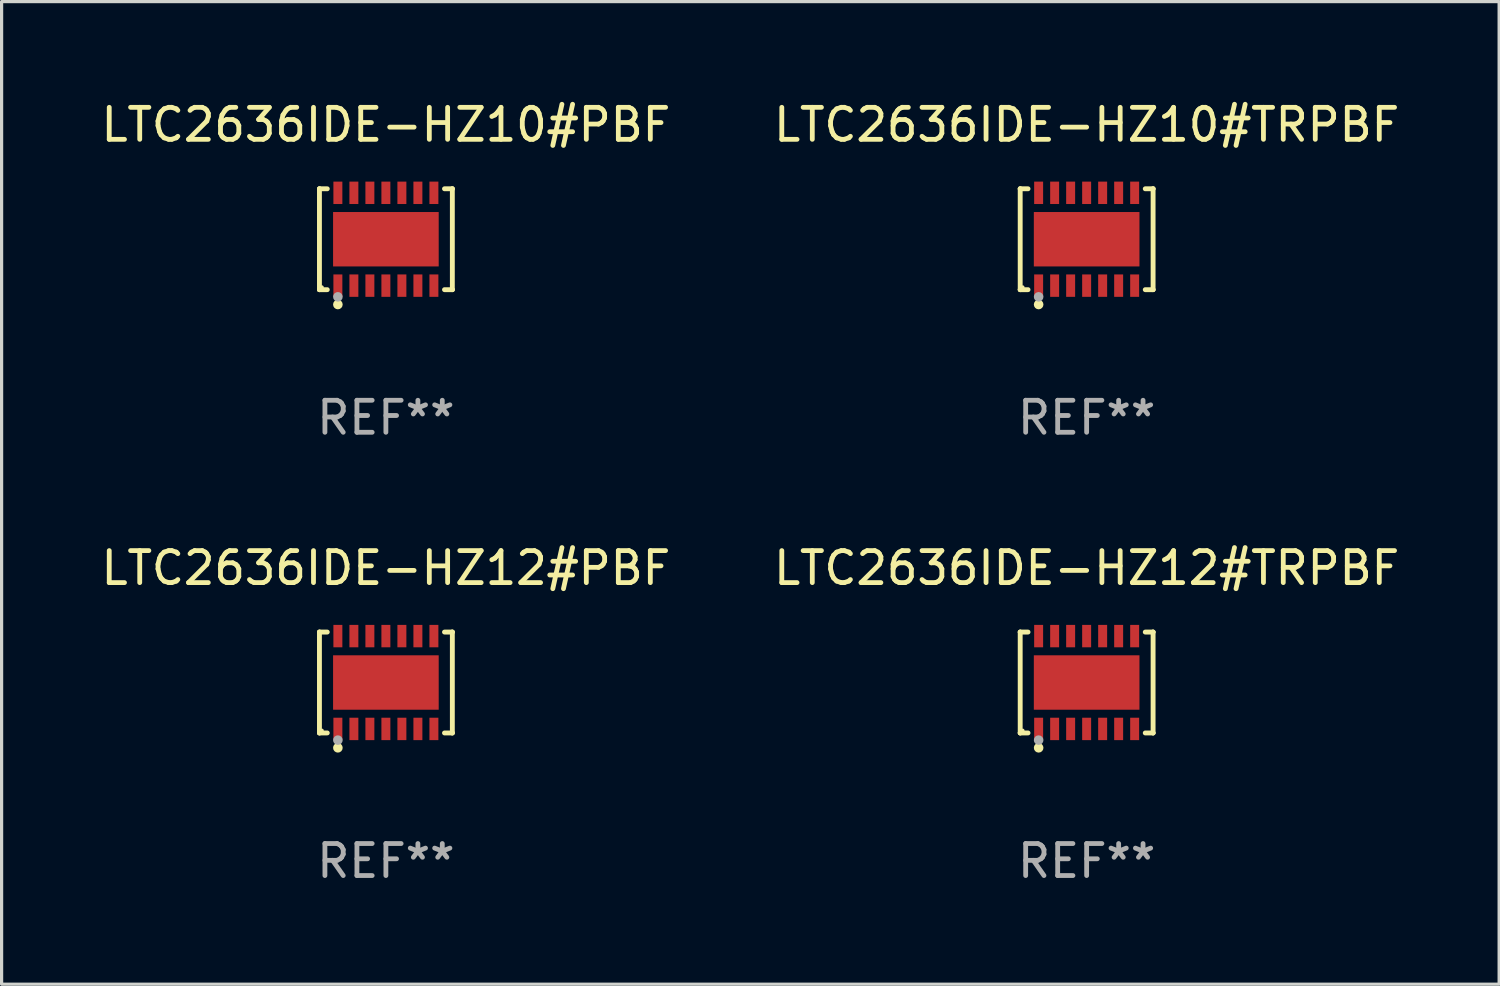
<source format=kicad_pcb>
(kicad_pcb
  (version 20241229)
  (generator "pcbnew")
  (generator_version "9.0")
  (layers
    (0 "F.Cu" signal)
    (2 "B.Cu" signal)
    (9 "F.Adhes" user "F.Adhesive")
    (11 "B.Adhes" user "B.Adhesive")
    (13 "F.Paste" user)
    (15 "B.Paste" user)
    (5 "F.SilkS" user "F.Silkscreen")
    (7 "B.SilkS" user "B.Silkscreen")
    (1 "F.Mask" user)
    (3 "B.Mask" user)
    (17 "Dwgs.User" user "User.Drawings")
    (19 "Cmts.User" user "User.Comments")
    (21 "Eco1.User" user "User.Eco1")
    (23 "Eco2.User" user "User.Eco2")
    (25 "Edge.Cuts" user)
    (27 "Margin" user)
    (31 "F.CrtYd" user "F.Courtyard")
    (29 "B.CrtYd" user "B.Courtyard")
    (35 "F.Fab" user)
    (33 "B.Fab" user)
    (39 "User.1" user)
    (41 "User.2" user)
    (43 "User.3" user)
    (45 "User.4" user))
  (footprint "LTC2636IDE-HZ10#TRPBF"
    (layer "F.Cu")
    (at 30.899 4.424)
    (property "Reference" "LTC2636IDE-HZ10#TRPBF" (at 0 -3.576 0) (layer "F.SilkS") (effects (font (size 1 1) (thickness 0.15))))
    (attr through_hole)
    (fp_line (start -2.076 -1.576) (end -2.076 -1.576) (stroke (width 0.152) (type solid)) (layer "F.SilkS"))
    (fp_line (start -2.076 -1.576) (end -1.831 -1.576) (stroke (width 0.152) (type solid)) (layer "F.SilkS"))
    (fp_line (start -2.076 1.576) (end -2.076 -1.576) (stroke (width 0.152) (type solid)) (layer "F.SilkS"))
    (fp_line (start -2.076 1.576) (end -2.076 1.576) (stroke (width 0.152) (type solid)) (layer "F.SilkS"))
    (fp_line (start -1.831 1.576) (end -2.076 1.576) (stroke (width 0.152) (type solid)) (layer "F.SilkS"))
    (fp_line (start 1.831 1.576) (end 2.076 1.576) (stroke (width 0.152) (type solid)) (layer "F.SilkS"))
    (fp_line (start 2.076 -1.576) (end 1.831 -1.576) (stroke (width 0.152) (type solid)) (layer "F.SilkS"))
    (fp_line (start 2.076 -1.576) (end 2.076 -1.576) (stroke (width 0.152) (type solid)) (layer "F.SilkS"))
    (fp_line (start 2.076 1.576) (end 2.076 -1.576) (stroke (width 0.152) (type solid)) (layer "F.SilkS"))
    (fp_line (start 2.076 1.576) (end 2.076 1.576) (stroke (width 0.152) (type solid)) (layer "F.SilkS"))
    (fp_circle (center -2 1.5) (end -1.97 1.5) (stroke (width 0.06) (type solid)) (fill no) (layer "F.SilkS"))
    (fp_circle (center -1.5 2.04) (end -1.425 2.04) (stroke (width 0.15) (type solid)) (fill no) (layer "F.SilkS"))
    (fp_circle (center -1.5 1.8) (end -1.425 1.8) (stroke (width 0.15) (type solid)) (fill no) (layer "F.Fab"))
    (fp_text user "REF**" (at 0 5.576 0) (layer "F.Fab") (effects (font (size 1 1) (thickness 0.15))))
    (pad "1" smd rect (at -1.5 1.45) (size 0.28 0.7) (layers "F.Cu" "F.Mask" "F.Paste"))
    (pad "2" smd rect (at -1 1.45) (size 0.28 0.7) (layers "F.Cu" "F.Mask" "F.Paste"))
    (pad "3" smd rect (at -0.5 1.45) (size 0.28 0.7) (layers "F.Cu" "F.Mask" "F.Paste"))
    (pad "4" smd rect (at 0 1.45) (size 0.28 0.7) (layers "F.Cu" "F.Mask" "F.Paste"))
    (pad "5" smd rect (at 0.5 1.45) (size 0.28 0.7) (layers "F.Cu" "F.Mask" "F.Paste"))
    (pad "6" smd rect (at 1 1.45) (size 0.28 0.7) (layers "F.Cu" "F.Mask" "F.Paste"))
    (pad "7" smd rect (at 1.5 1.45) (size 0.28 0.7) (layers "F.Cu" "F.Mask" "F.Paste"))
    (pad "8" smd rect (at 1.5 -1.45) (size 0.28 0.7) (layers "F.Cu" "F.Mask" "F.Paste"))
    (pad "9" smd rect (at 1 -1.45) (size 0.28 0.7) (layers "F.Cu" "F.Mask" "F.Paste"))
    (pad "10" smd rect (at 0.5 -1.45) (size 0.28 0.7) (layers "F.Cu" "F.Mask" "F.Paste"))
    (pad "11" smd rect (at 0 -1.45) (size 0.28 0.7) (layers "F.Cu" "F.Mask" "F.Paste"))
    (pad "12" smd rect (at -0.5 -1.45) (size 0.28 0.7) (layers "F.Cu" "F.Mask" "F.Paste"))
    (pad "13" smd rect (at -1 -1.45) (size 0.28 0.7) (layers "F.Cu" "F.Mask" "F.Paste"))
    (pad "14" smd rect (at -1.5 -1.45) (size 0.28 0.7) (layers "F.Cu" "F.Mask" "F.Paste"))
    (pad "15" smd rect (at 0 0) (size 3.3 1.7) (layers "F.Cu" "F.Mask" "F.Paste")))
  (footprint "LTC2636IDE-HZ10#PBF"
    (layer "F.Cu")
    (at 9.006 4.424)
    (property "Reference" "LTC2636IDE-HZ10#PBF" (at 0 -3.576 0) (layer "F.SilkS") (effects (font (size 1 1) (thickness 0.15))))
    (attr through_hole)
    (fp_line (start -2.076 -1.576) (end -2.076 -1.576) (stroke (width 0.152) (type solid)) (layer "F.SilkS"))
    (fp_line (start -2.076 -1.576) (end -1.831 -1.576) (stroke (width 0.152) (type solid)) (layer "F.SilkS"))
    (fp_line (start -2.076 1.576) (end -2.076 -1.576) (stroke (width 0.152) (type solid)) (layer "F.SilkS"))
    (fp_line (start -2.076 1.576) (end -2.076 1.576) (stroke (width 0.152) (type solid)) (layer "F.SilkS"))
    (fp_line (start -1.831 1.576) (end -2.076 1.576) (stroke (width 0.152) (type solid)) (layer "F.SilkS"))
    (fp_line (start 1.831 1.576) (end 2.076 1.576) (stroke (width 0.152) (type solid)) (layer "F.SilkS"))
    (fp_line (start 2.076 -1.576) (end 1.831 -1.576) (stroke (width 0.152) (type solid)) (layer "F.SilkS"))
    (fp_line (start 2.076 -1.576) (end 2.076 -1.576) (stroke (width 0.152) (type solid)) (layer "F.SilkS"))
    (fp_line (start 2.076 1.576) (end 2.076 -1.576) (stroke (width 0.152) (type solid)) (layer "F.SilkS"))
    (fp_line (start 2.076 1.576) (end 2.076 1.576) (stroke (width 0.152) (type solid)) (layer "F.SilkS"))
    (fp_circle (center -2 1.5) (end -1.97 1.5) (stroke (width 0.06) (type solid)) (fill no) (layer "F.SilkS"))
    (fp_circle (center -1.5 2.04) (end -1.425 2.04) (stroke (width 0.15) (type solid)) (fill no) (layer "F.SilkS"))
    (fp_circle (center -1.5 1.8) (end -1.425 1.8) (stroke (width 0.15) (type solid)) (fill no) (layer "F.Fab"))
    (fp_text user "REF**" (at 0 5.576 0) (layer "F.Fab") (effects (font (size 1 1) (thickness 0.15))))
    (pad "1" smd rect (at -1.5 1.45) (size 0.28 0.7) (layers "F.Cu" "F.Mask" "F.Paste"))
    (pad "2" smd rect (at -1 1.45) (size 0.28 0.7) (layers "F.Cu" "F.Mask" "F.Paste"))
    (pad "3" smd rect (at -0.5 1.45) (size 0.28 0.7) (layers "F.Cu" "F.Mask" "F.Paste"))
    (pad "4" smd rect (at 0 1.45) (size 0.28 0.7) (layers "F.Cu" "F.Mask" "F.Paste"))
    (pad "5" smd rect (at 0.5 1.45) (size 0.28 0.7) (layers "F.Cu" "F.Mask" "F.Paste"))
    (pad "6" smd rect (at 1 1.45) (size 0.28 0.7) (layers "F.Cu" "F.Mask" "F.Paste"))
    (pad "7" smd rect (at 1.5 1.45) (size 0.28 0.7) (layers "F.Cu" "F.Mask" "F.Paste"))
    (pad "8" smd rect (at 1.5 -1.45) (size 0.28 0.7) (layers "F.Cu" "F.Mask" "F.Paste"))
    (pad "9" smd rect (at 1 -1.45) (size 0.28 0.7) (layers "F.Cu" "F.Mask" "F.Paste"))
    (pad "10" smd rect (at 0.5 -1.45) (size 0.28 0.7) (layers "F.Cu" "F.Mask" "F.Paste"))
    (pad "11" smd rect (at 0 -1.45) (size 0.28 0.7) (layers "F.Cu" "F.Mask" "F.Paste"))
    (pad "12" smd rect (at -0.5 -1.45) (size 0.28 0.7) (layers "F.Cu" "F.Mask" "F.Paste"))
    (pad "13" smd rect (at -1 -1.45) (size 0.28 0.7) (layers "F.Cu" "F.Mask" "F.Paste"))
    (pad "14" smd rect (at -1.5 -1.45) (size 0.28 0.7) (layers "F.Cu" "F.Mask" "F.Paste"))
    (pad "15" smd rect (at 0 0) (size 3.3 1.7) (layers "F.Cu" "F.Mask" "F.Paste")))
  (footprint "LTC2636IDE-HZ12#TRPBF"
    (layer "F.Cu")
    (at 30.899 18.273)
    (property "Reference" "LTC2636IDE-HZ12#TRPBF" (at 0 -3.576 0) (layer "F.SilkS") (effects (font (size 1 1) (thickness 0.15))))
    (attr through_hole)
    (fp_line (start -2.076 -1.576) (end -2.076 -1.576) (stroke (width 0.152) (type solid)) (layer "F.SilkS"))
    (fp_line (start -2.076 -1.576) (end -1.831 -1.576) (stroke (width 0.152) (type solid)) (layer "F.SilkS"))
    (fp_line (start -2.076 1.576) (end -2.076 -1.576) (stroke (width 0.152) (type solid)) (layer "F.SilkS"))
    (fp_line (start -2.076 1.576) (end -2.076 1.576) (stroke (width 0.152) (type solid)) (layer "F.SilkS"))
    (fp_line (start -1.831 1.576) (end -2.076 1.576) (stroke (width 0.152) (type solid)) (layer "F.SilkS"))
    (fp_line (start 1.831 1.576) (end 2.076 1.576) (stroke (width 0.152) (type solid)) (layer "F.SilkS"))
    (fp_line (start 2.076 -1.576) (end 1.831 -1.576) (stroke (width 0.152) (type solid)) (layer "F.SilkS"))
    (fp_line (start 2.076 -1.576) (end 2.076 -1.576) (stroke (width 0.152) (type solid)) (layer "F.SilkS"))
    (fp_line (start 2.076 1.576) (end 2.076 -1.576) (stroke (width 0.152) (type solid)) (layer "F.SilkS"))
    (fp_line (start 2.076 1.576) (end 2.076 1.576) (stroke (width 0.152) (type solid)) (layer "F.SilkS"))
    (fp_circle (center -2 1.5) (end -1.97 1.5) (stroke (width 0.06) (type solid)) (fill no) (layer "F.SilkS"))
    (fp_circle (center -1.5 2.04) (end -1.425 2.04) (stroke (width 0.15) (type solid)) (fill no) (layer "F.SilkS"))
    (fp_circle (center -1.5 1.8) (end -1.425 1.8) (stroke (width 0.15) (type solid)) (fill no) (layer "F.Fab"))
    (fp_text user "REF**" (at 0 5.576 0) (layer "F.Fab") (effects (font (size 1 1) (thickness 0.15))))
    (pad "1" smd rect (at -1.5 1.45) (size 0.28 0.7) (layers "F.Cu" "F.Mask" "F.Paste"))
    (pad "2" smd rect (at -1 1.45) (size 0.28 0.7) (layers "F.Cu" "F.Mask" "F.Paste"))
    (pad "3" smd rect (at -0.5 1.45) (size 0.28 0.7) (layers "F.Cu" "F.Mask" "F.Paste"))
    (pad "4" smd rect (at 0 1.45) (size 0.28 0.7) (layers "F.Cu" "F.Mask" "F.Paste"))
    (pad "5" smd rect (at 0.5 1.45) (size 0.28 0.7) (layers "F.Cu" "F.Mask" "F.Paste"))
    (pad "6" smd rect (at 1 1.45) (size 0.28 0.7) (layers "F.Cu" "F.Mask" "F.Paste"))
    (pad "7" smd rect (at 1.5 1.45) (size 0.28 0.7) (layers "F.Cu" "F.Mask" "F.Paste"))
    (pad "8" smd rect (at 1.5 -1.45) (size 0.28 0.7) (layers "F.Cu" "F.Mask" "F.Paste"))
    (pad "9" smd rect (at 1 -1.45) (size 0.28 0.7) (layers "F.Cu" "F.Mask" "F.Paste"))
    (pad "10" smd rect (at 0.5 -1.45) (size 0.28 0.7) (layers "F.Cu" "F.Mask" "F.Paste"))
    (pad "11" smd rect (at 0 -1.45) (size 0.28 0.7) (layers "F.Cu" "F.Mask" "F.Paste"))
    (pad "12" smd rect (at -0.5 -1.45) (size 0.28 0.7) (layers "F.Cu" "F.Mask" "F.Paste"))
    (pad "13" smd rect (at -1 -1.45) (size 0.28 0.7) (layers "F.Cu" "F.Mask" "F.Paste"))
    (pad "14" smd rect (at -1.5 -1.45) (size 0.28 0.7) (layers "F.Cu" "F.Mask" "F.Paste"))
    (pad "15" smd rect (at 0 0) (size 3.3 1.7) (layers "F.Cu" "F.Mask" "F.Paste")))
  (footprint "LTC2636IDE-HZ12#PBF"
    (layer "F.Cu")
    (at 9.006 18.273)
    (property "Reference" "LTC2636IDE-HZ12#PBF" (at 0 -3.576 0) (layer "F.SilkS") (effects (font (size 1 1) (thickness 0.15))))
    (attr through_hole)
    (fp_line (start -2.076 -1.576) (end -2.076 -1.576) (stroke (width 0.152) (type solid)) (layer "F.SilkS"))
    (fp_line (start -2.076 -1.576) (end -1.831 -1.576) (stroke (width 0.152) (type solid)) (layer "F.SilkS"))
    (fp_line (start -2.076 1.576) (end -2.076 -1.576) (stroke (width 0.152) (type solid)) (layer "F.SilkS"))
    (fp_line (start -2.076 1.576) (end -2.076 1.576) (stroke (width 0.152) (type solid)) (layer "F.SilkS"))
    (fp_line (start -1.831 1.576) (end -2.076 1.576) (stroke (width 0.152) (type solid)) (layer "F.SilkS"))
    (fp_line (start 1.831 1.576) (end 2.076 1.576) (stroke (width 0.152) (type solid)) (layer "F.SilkS"))
    (fp_line (start 2.076 -1.576) (end 1.831 -1.576) (stroke (width 0.152) (type solid)) (layer "F.SilkS"))
    (fp_line (start 2.076 -1.576) (end 2.076 -1.576) (stroke (width 0.152) (type solid)) (layer "F.SilkS"))
    (fp_line (start 2.076 1.576) (end 2.076 -1.576) (stroke (width 0.152) (type solid)) (layer "F.SilkS"))
    (fp_line (start 2.076 1.576) (end 2.076 1.576) (stroke (width 0.152) (type solid)) (layer "F.SilkS"))
    (fp_circle (center -2 1.5) (end -1.97 1.5) (stroke (width 0.06) (type solid)) (fill no) (layer "F.SilkS"))
    (fp_circle (center -1.5 2.04) (end -1.425 2.04) (stroke (width 0.15) (type solid)) (fill no) (layer "F.SilkS"))
    (fp_circle (center -1.5 1.8) (end -1.425 1.8) (stroke (width 0.15) (type solid)) (fill no) (layer "F.Fab"))
    (fp_text user "REF**" (at 0 5.576 0) (layer "F.Fab") (effects (font (size 1 1) (thickness 0.15))))
    (pad "1" smd rect (at -1.5 1.45) (size 0.28 0.7) (layers "F.Cu" "F.Mask" "F.Paste"))
    (pad "2" smd rect (at -1 1.45) (size 0.28 0.7) (layers "F.Cu" "F.Mask" "F.Paste"))
    (pad "3" smd rect (at -0.5 1.45) (size 0.28 0.7) (layers "F.Cu" "F.Mask" "F.Paste"))
    (pad "4" smd rect (at 0 1.45) (size 0.28 0.7) (layers "F.Cu" "F.Mask" "F.Paste"))
    (pad "5" smd rect (at 0.5 1.45) (size 0.28 0.7) (layers "F.Cu" "F.Mask" "F.Paste"))
    (pad "6" smd rect (at 1 1.45) (size 0.28 0.7) (layers "F.Cu" "F.Mask" "F.Paste"))
    (pad "7" smd rect (at 1.5 1.45) (size 0.28 0.7) (layers "F.Cu" "F.Mask" "F.Paste"))
    (pad "8" smd rect (at 1.5 -1.45) (size 0.28 0.7) (layers "F.Cu" "F.Mask" "F.Paste"))
    (pad "9" smd rect (at 1 -1.45) (size 0.28 0.7) (layers "F.Cu" "F.Mask" "F.Paste"))
    (pad "10" smd rect (at 0.5 -1.45) (size 0.28 0.7) (layers "F.Cu" "F.Mask" "F.Paste"))
    (pad "11" smd rect (at 0 -1.45) (size 0.28 0.7) (layers "F.Cu" "F.Mask" "F.Paste"))
    (pad "12" smd rect (at -0.5 -1.45) (size 0.28 0.7) (layers "F.Cu" "F.Mask" "F.Paste"))
    (pad "13" smd rect (at -1 -1.45) (size 0.28 0.7) (layers "F.Cu" "F.Mask" "F.Paste"))
    (pad "14" smd rect (at -1.5 -1.45) (size 0.28 0.7) (layers "F.Cu" "F.Mask" "F.Paste"))
    (pad "15" smd rect (at 0 0) (size 3.3 1.7) (layers "F.Cu" "F.Mask" "F.Paste")))
  (gr_rect
    (start -3 -3)
    (end 43.786 27.698)
    (stroke (width 0.1) (type default))
    (fill no)
    (layer "Edge.Cuts")))
</source>
